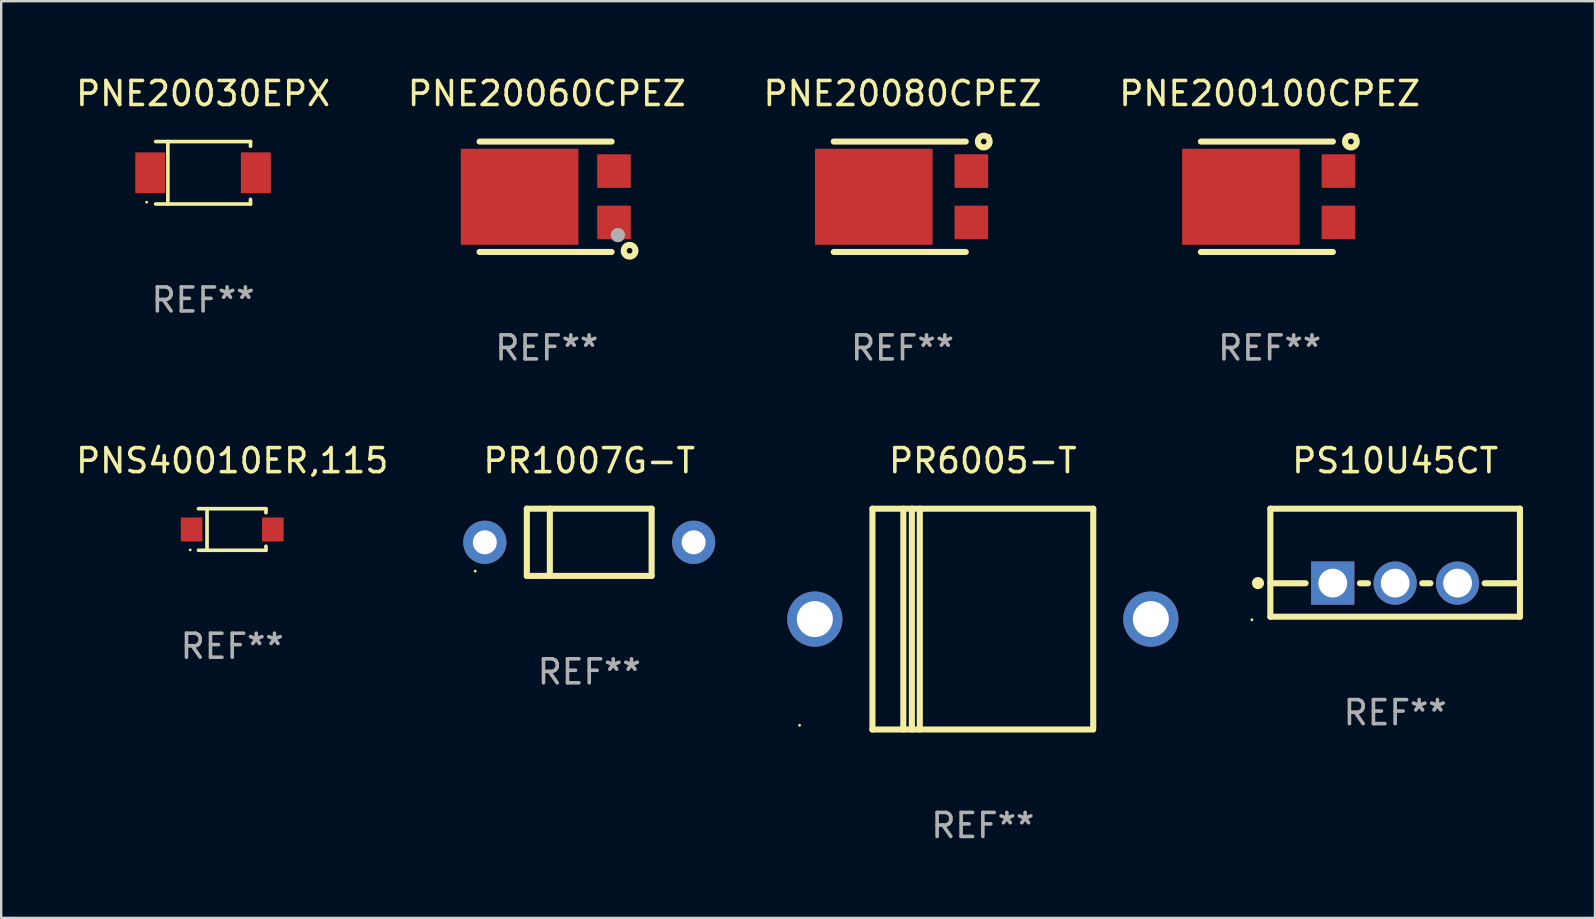
<source format=kicad_pcb>
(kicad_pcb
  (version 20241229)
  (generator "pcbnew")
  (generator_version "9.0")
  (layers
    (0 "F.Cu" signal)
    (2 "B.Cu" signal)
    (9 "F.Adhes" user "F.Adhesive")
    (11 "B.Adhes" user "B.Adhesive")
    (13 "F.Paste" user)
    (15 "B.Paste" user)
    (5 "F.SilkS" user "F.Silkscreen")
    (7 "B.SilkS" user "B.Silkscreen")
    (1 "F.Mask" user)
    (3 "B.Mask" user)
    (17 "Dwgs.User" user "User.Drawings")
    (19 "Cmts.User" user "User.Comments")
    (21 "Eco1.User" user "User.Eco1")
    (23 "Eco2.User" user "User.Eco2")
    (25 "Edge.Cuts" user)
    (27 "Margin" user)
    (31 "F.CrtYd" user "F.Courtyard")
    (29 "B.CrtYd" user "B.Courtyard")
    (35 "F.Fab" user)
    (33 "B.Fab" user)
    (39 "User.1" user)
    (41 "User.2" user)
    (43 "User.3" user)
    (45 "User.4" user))
  (footprint "PR1007G-T"
    (layer "F.Cu")
    (at 21.5 19.545)
    (property "Reference" "PR1007G-T" (at 0 -3.4 0) (layer "F.SilkS") (effects (font (size 1 1) (thickness 0.15))))
    (attr through_hole)
    (fp_line (start -2.6 -1.4) (end -2.6 1.4) (stroke (width 0.254) (type solid)) (layer "F.SilkS"))
    (fp_line (start -2.6 -1.4) (end 2.6 -1.4) (stroke (width 0.254) (type solid)) (layer "F.SilkS"))
    (fp_line (start -2.6 1.4) (end 2.6 1.4) (stroke (width 0.254) (type solid)) (layer "F.SilkS"))
    (fp_line (start -1.641 -1.4) (end -1.641 1.4) (stroke (width 0.254) (type solid)) (layer "F.SilkS"))
    (fp_line (start 2.6 -1.4) (end 2.6 1.4) (stroke (width 0.254) (type solid)) (layer "F.SilkS"))
    (fp_circle (center -4.75 1.2) (end -4.72 1.2) (stroke (width 0.06) (type solid)) (fill no) (layer "F.SilkS"))
    (fp_text user "REF**" (at 0 5.4 0) (layer "F.Fab") (effects (font (size 1 1) (thickness 0.15))))
    (pad "1" thru_hole circle (at -4.35 0) (size 1.8 1.8) (drill 1) (layers "*.Cu" "*.Mask"))
    (pad "2" thru_hole circle (at 4.35 0) (size 1.8 1.8) (drill 1) (layers "*.Cu" "*.Mask")))
  (footprint "PNS40010ER,115"
    (layer "F.Cu")
    (at 6.625 19.011)
    (property "Reference" "PNS40010ER,115" (at 0 -2.866 0) (layer "F.SilkS") (effects (font (size 1 1) (thickness 0.15))))
    (attr through_hole)
    (fp_line (start -1.406 -0.866) (end 1.406 -0.866) (stroke (width 0.152) (type solid)) (layer "F.SilkS"))
    (fp_line (start -1.406 0.866) (end 1.406 0.866) (stroke (width 0.152) (type solid)) (layer "F.SilkS"))
    (fp_line (start -1.049 -0.866) (end -1.049 0.866) (stroke (width 0.152) (type solid)) (layer "F.SilkS"))
    (fp_line (start 1.406 -0.866) (end 1.406 -0.698) (stroke (width 0.152) (type solid)) (layer "F.SilkS"))
    (fp_line (start 1.406 0.866) (end 1.406 0.698) (stroke (width 0.152) (type solid)) (layer "F.SilkS"))
    (fp_circle (center -1.75 0.85) (end -1.72 0.85) (stroke (width 0.06) (type solid)) (fill no) (layer "F.SilkS"))
    (fp_text user "REF**" (at 0 4.866 0) (layer "F.Fab") (effects (font (size 1 1) (thickness 0.15))))
    (pad "1" smd rect (at -1.692 0) (size 0.9 1) (layers "F.Cu" "F.Mask" "F.Paste"))
    (pad "2" smd rect (at 1.692 0) (size 0.9 1) (layers "F.Cu" "F.Mask" "F.Paste")))
  (footprint "PR6005-T"
    (layer "F.Cu")
    (at 37.9 22.745)
    (property "Reference" "PR6005-T" (at 0 -6.6 0) (layer "F.SilkS") (effects (font (size 1 1) (thickness 0.15))))
    (attr through_hole)
    (fp_line (start -4.6 -4.6) (end -4.6 4.6) (stroke (width 0.254) (type solid)) (layer "F.SilkS"))
    (fp_line (start -4.6 -4.6) (end 4.6 -4.6) (stroke (width 0.254) (type solid)) (layer "F.SilkS"))
    (fp_line (start -4.6 4.6) (end 4.6 4.6) (stroke (width 0.254) (type solid)) (layer "F.SilkS"))
    (fp_line (start -3.313 -4.6) (end -3.313 4.6) (stroke (width 0.254) (type solid)) (layer "F.SilkS"))
    (fp_line (start -2.957 -4.6) (end -2.957 4.6) (stroke (width 0.254) (type solid)) (layer "F.SilkS"))
    (fp_line (start -2.627 -4.6) (end -2.627 4.6) (stroke (width 0.254) (type solid)) (layer "F.SilkS"))
    (fp_line (start 4.6 -4.6) (end 4.6 4.5) (stroke (width 0.254) (type solid)) (layer "F.SilkS"))
    (fp_circle (center -7.635 4.425) (end -7.605 4.425) (stroke (width 0.06) (type solid)) (fill no) (layer "F.SilkS"))
    (fp_text user "REF**" (at 0 8.6 0) (layer "F.Fab") (effects (font (size 1 1) (thickness 0.15))))
    (pad "1" thru_hole circle (at -7 0) (size 2.3 2.3) (drill 1.5) (layers "*.Cu" "*.Mask"))
    (pad "2" thru_hole circle (at 7 0) (size 2.3 2.3) (drill 1.5) (layers "*.Cu" "*.Mask")))
  (footprint "PNE20080CPEZ"
    (layer "F.Cu")
    (at 34.554 5.148)
    (property "Reference" "PNE20080CPEZ" (at 0 -4.3 0) (layer "F.SilkS") (effects (font (size 1 1) (thickness 0.15))))
    (attr through_hole)
    (fp_line (start -2.866 2.3) (end 2.634 2.3) (stroke (width 0.254) (type solid)) (layer "F.SilkS"))
    (fp_line (start 2.634 -2.3) (end -2.866 -2.3) (stroke (width 0.254) (type solid)) (layer "F.SilkS"))
    (fp_circle (center 3.384 -2.3) (end 3.501 -2.3) (stroke (width 0.254) (type solid)) (fill no) (layer "F.SilkS"))
    (fp_circle (center 3.628 -2.544) (end 3.658 -2.544) (stroke (width 0.06) (type solid)) (fill no) (layer "F.SilkS"))
    (fp_text user "REF**" (at 0 6.3 0) (layer "F.Fab") (effects (font (size 1 1) (thickness 0.15))))
    (pad "1" smd rect (at 2.866 -1.07 90) (size 1.4 1.4) (layers "F.Cu" "F.Mask" "F.Paste"))
    (pad "2" smd rect (at 2.866 1.07 90) (size 1.4 1.4) (layers "F.Cu" "F.Mask" "F.Paste"))
    (pad "3" smd rect (at -1.198 0.000102 90) (size 4 4.9) (layers "F.Cu" "F.Mask" "F.Paste")))
  (footprint "PNE200100CPEZ"
    (layer "F.Cu")
    (at 49.851 5.148)
    (property "Reference" "PNE200100CPEZ" (at 0 -4.3 0) (layer "F.SilkS") (effects (font (size 1 1) (thickness 0.15))))
    (attr through_hole)
    (fp_line (start -2.866 2.3) (end 2.634 2.3) (stroke (width 0.254) (type solid)) (layer "F.SilkS"))
    (fp_line (start 2.634 -2.3) (end -2.866 -2.3) (stroke (width 0.254) (type solid)) (layer "F.SilkS"))
    (fp_circle (center 3.384 -2.3) (end 3.501 -2.3) (stroke (width 0.254) (type solid)) (fill no) (layer "F.SilkS"))
    (fp_circle (center 3.628 -2.544) (end 3.658 -2.544) (stroke (width 0.06) (type solid)) (fill no) (layer "F.SilkS"))
    (fp_text user "REF**" (at 0 6.3 0) (layer "F.Fab") (effects (font (size 1 1) (thickness 0.15))))
    (pad "1" smd rect (at 2.866 -1.07 90) (size 1.4 1.4) (layers "F.Cu" "F.Mask" "F.Paste"))
    (pad "2" smd rect (at 2.866 1.07 90) (size 1.4 1.4) (layers "F.Cu" "F.Mask" "F.Paste"))
    (pad "3" smd rect (at -1.198 0.000102 90) (size 4 4.9) (layers "F.Cu" "F.Mask" "F.Paste")))
  (footprint "PNE20030EPX"
    (layer "F.Cu")
    (at 5.411 4.149)
    (property "Reference" "PNE20030EPX" (at 0 -3.301 0) (layer "F.SilkS") (effects (font (size 1 1) (thickness 0.15))))
    (attr through_hole)
    (fp_line (start -1.976 -1.301) (end 1.976 -1.301) (stroke (width 0.152) (type solid)) (layer "F.SilkS"))
    (fp_line (start -1.976 1.301) (end 1.976 1.301) (stroke (width 0.152) (type solid)) (layer "F.SilkS"))
    (fp_line (start -1.467 -1.301) (end -1.467 1.301) (stroke (width 0.152) (type solid)) (layer "F.SilkS"))
    (fp_line (start 1.976 -1.301) (end 1.976 -1.108) (stroke (width 0.152) (type solid)) (layer "F.SilkS"))
    (fp_line (start 1.976 1.301) (end 1.976 1.108) (stroke (width 0.152) (type solid)) (layer "F.SilkS"))
    (fp_circle (center -2.35 1.225) (end -2.32 1.225) (stroke (width 0.06) (type solid)) (fill no) (layer "F.SilkS"))
    (fp_text user "REF**" (at 0 5.301 0) (layer "F.Fab") (effects (font (size 1 1) (thickness 0.15))))
    (pad "1" smd rect (at -2.2 0 180) (size 1.25 1.7) (layers "F.Cu" "F.Mask" "F.Paste"))
    (pad "2" smd rect (at 2.2 0 180) (size 1.25 1.7) (layers "F.Cu" "F.Mask" "F.Paste")))
  (footprint "PS10U45CT"
    (layer "F.Cu")
    (at 55.079 20.395)
    (property "Reference" "PS10U45CT" (at 0 -4.25 0) (layer "F.SilkS") (effects (font (size 1 1) (thickness 0.15))))
    (attr through_hole)
    (fp_line (start -5.2 -2.25) (end -5.2 2.25) (stroke (width 0.254) (type solid)) (layer "F.SilkS"))
    (fp_line (start -5.2 -2.25) (end 5.2 -2.25) (stroke (width 0.254) (type solid)) (layer "F.SilkS"))
    (fp_line (start -5.2 0.857) (end -3.731 0.857) (stroke (width 0.254) (type solid)) (layer "F.SilkS"))
    (fp_line (start -5.2 2.25) (end 5.2 2.25) (stroke (width 0.254) (type solid)) (layer "F.SilkS"))
    (fp_line (start -1.469 0.857) (end -1.131 0.857) (stroke (width 0.254) (type solid)) (layer "F.SilkS"))
    (fp_line (start 1.131 0.857) (end 1.469 0.857) (stroke (width 0.254) (type solid)) (layer "F.SilkS"))
    (fp_line (start 3.731 0.857) (end 5.2 0.857) (stroke (width 0.254) (type solid)) (layer "F.SilkS"))
    (fp_line (start 5.2 -2.25) (end 5.2 2.25) (stroke (width 0.254) (type solid)) (layer "F.SilkS"))
    (fp_circle (center -5.969 2.377) (end -5.939 2.377) (stroke (width 0.06) (type solid)) (fill no) (layer "F.SilkS"))
    (fp_circle (center -5.715 0.85) (end -5.588 0.85) (stroke (width 0.254) (type solid)) (fill no) (layer "F.SilkS"))
    (fp_text user "REF**" (at 0 6.25 0) (layer "F.Fab") (effects (font (size 1 1) (thickness 0.15))))
    (pad "1" thru_hole rect (at -2.6 0.85) (size 1.8 1.8) (drill 1.2) (layers "*.Cu" "*.Mask"))
    (pad "2" thru_hole circle (at 0 0.85) (size 1.8 1.8) (drill 1.2) (layers "*.Cu" "*.Mask"))
    (pad "3" thru_hole circle (at 2.6 0.85) (size 1.8 1.8) (drill 1.2) (layers "*.Cu" "*.Mask")))
  (footprint "PNE20060CPEZ"
    (layer "F.Cu")
    (at 19.732 5.148)
    (property "Reference" "PNE20060CPEZ" (at 0 -4.3 0) (layer "F.SilkS") (effects (font (size 1 1) (thickness 0.15))))
    (attr through_hole)
    (fp_line (start -2.8 2.3) (end 2.7 2.3) (stroke (width 0.254) (type solid)) (layer "F.SilkS"))
    (fp_line (start 2.7 -2.3) (end -2.8 -2.3) (stroke (width 0.254) (type solid)) (layer "F.SilkS"))
    (fp_circle (center 3.2 2.15) (end 3.23 2.15) (stroke (width 0.06) (type solid)) (fill no) (layer "F.SilkS"))
    (fp_circle (center 3.45 2.25) (end 3.567 2.25) (stroke (width 0.254) (type solid)) (fill no) (layer "F.SilkS"))
    (fp_circle (center 2.963 1.598) (end 3.113 1.598) (stroke (width 0.3) (type solid)) (fill no) (layer "F.Fab"))
    (fp_text user "REF**" (at 0 6.3 0) (layer "F.Fab") (effects (font (size 1 1) (thickness 0.15))))
    (pad "1" smd rect (at 2.8 1.07 90) (size 1.4 1.4) (layers "F.Cu" "F.Mask" "F.Paste"))
    (pad "2" smd rect (at 2.8 -1.07 90) (size 1.4 1.4) (layers "F.Cu" "F.Mask" "F.Paste"))
    (pad "3" smd rect (at -1.132 0 90) (size 4 4.9) (layers "F.Cu" "F.Mask" "F.Paste")))
  (gr_rect
    (start -3 -3)
    (end 63.406 35.193)
    (stroke (width 0.1) (type default))
    (fill no)
    (layer "Edge.Cuts")))
</source>
